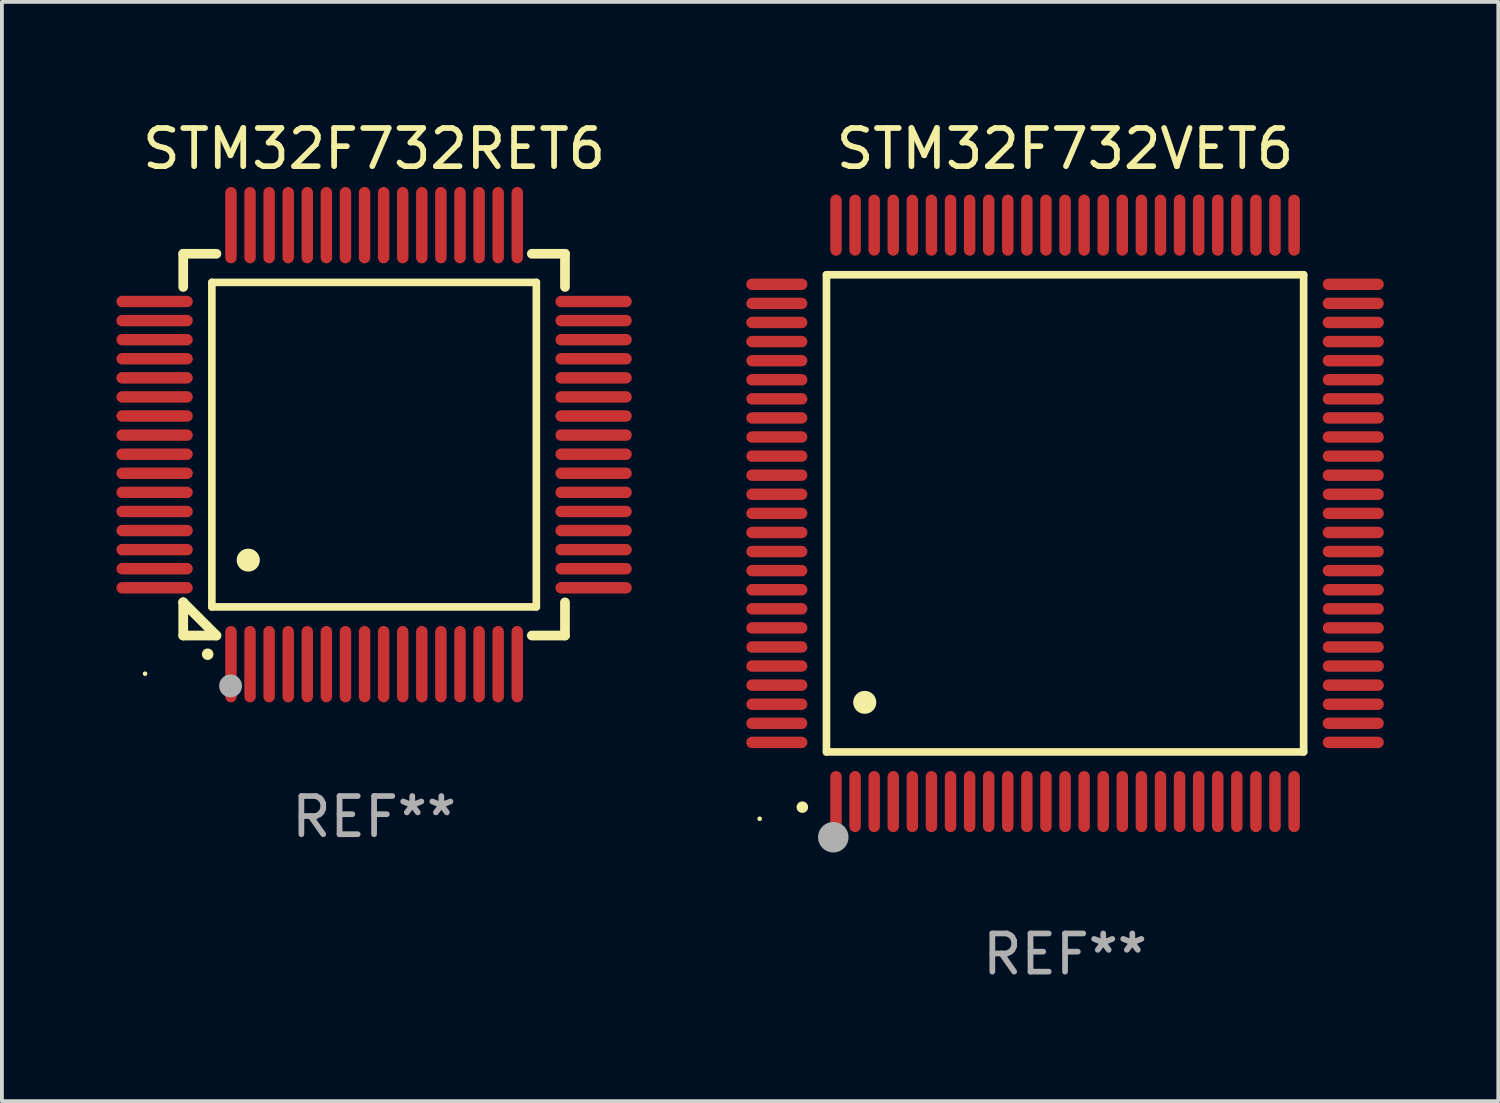
<source format=kicad_pcb>
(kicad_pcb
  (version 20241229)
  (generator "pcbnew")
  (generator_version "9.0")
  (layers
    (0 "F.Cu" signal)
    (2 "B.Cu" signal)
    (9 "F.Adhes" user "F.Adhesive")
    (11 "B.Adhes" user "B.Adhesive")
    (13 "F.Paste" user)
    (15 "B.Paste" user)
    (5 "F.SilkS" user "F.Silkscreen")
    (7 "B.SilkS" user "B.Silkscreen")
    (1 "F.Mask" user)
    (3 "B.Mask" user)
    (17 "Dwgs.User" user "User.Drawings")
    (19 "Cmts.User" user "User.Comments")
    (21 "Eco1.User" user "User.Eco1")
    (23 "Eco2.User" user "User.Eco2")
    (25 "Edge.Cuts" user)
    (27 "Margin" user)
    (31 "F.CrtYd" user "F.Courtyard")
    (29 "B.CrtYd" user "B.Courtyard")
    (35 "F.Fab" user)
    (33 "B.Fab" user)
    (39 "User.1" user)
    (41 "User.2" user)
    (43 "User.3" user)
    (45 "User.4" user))
  (footprint "STM32F732RET6"
    (layer "F.Cu")
    (at 6.75 8.598)
    (property "Reference" "STM32F732RET6" (at 0 -7.75 0) (layer "F.SilkS") (effects (font (size 1 1) (thickness 0.15))))
    (attr through_hole)
    (fp_line (start -5 -5) (end -4.131 -5) (stroke (width 0.254) (type solid)) (layer "F.SilkS"))
    (fp_line (start -5 -4.131) (end -5 -5) (stroke (width 0.254) (type solid)) (layer "F.SilkS"))
    (fp_line (start -5 4.131) (end -5 4.131) (stroke (width 0.254) (type solid)) (layer "F.SilkS"))
    (fp_line (start -5 5) (end -5 4.131) (stroke (width 0.254) (type solid)) (layer "F.SilkS"))
    (fp_line (start -5 4.131) (end -4.131 5) (stroke (width 0.254) (type solid)) (layer "F.SilkS"))
    (fp_line (start -4.25 -4.25) (end -4.25 4.25) (stroke (width 0.2) (type solid)) (layer "F.SilkS"))
    (fp_line (start -4.25 4.25) (end 4.25 4.25) (stroke (width 0.2) (type solid)) (layer "F.SilkS"))
    (fp_line (start -4.131 5) (end -5 5) (stroke (width 0.254) (type solid)) (layer "F.SilkS"))
    (fp_line (start 4.25 -4.25) (end -4.25 -4.25) (stroke (width 0.2) (type solid)) (layer "F.SilkS"))
    (fp_line (start 4.25 4.25) (end 4.25 -4.25) (stroke (width 0.2) (type solid)) (layer "F.SilkS"))
    (fp_line (start 5 -5) (end 4.131 -5) (stroke (width 0.254) (type solid)) (layer "F.SilkS"))
    (fp_line (start 5 -5) (end 5 -4.131) (stroke (width 0.254) (type solid)) (layer "F.SilkS"))
    (fp_line (start 5 4.131) (end 5 5) (stroke (width 0.254) (type solid)) (layer "F.SilkS"))
    (fp_line (start 5 5) (end 4.131 5) (stroke (width 0.254) (type solid)) (layer "F.SilkS"))
    (fp_arc (start -4.361265 5.489992) (mid -4.359995 5.489987) (end -4.358725 5.489992) (stroke (width 0.3) (type solid)) (layer "F.SilkS"))
    (fp_arc (start -3.299467 3.025146) (mid -3.296927 3.025135) (end -3.294387 3.025146) (stroke (width 0.6) (type solid)) (layer "F.SilkS"))
    (fp_circle (center -6 6) (end -5.97 6) (stroke (width 0.06) (type solid)) (fill no) (layer "F.SilkS"))
    (fp_circle (center -3.76 6.32) (end -3.61 6.32) (stroke (width 0.3) (type solid)) (fill no) (layer "F.Fab"))
    (fp_text user "REF**" (at 0 9.75 0) (layer "F.Fab") (effects (font (size 1 1) (thickness 0.15))))
    (pad "1" smd oval (at -3.75 5.75) (size 0.3 2) (layers "F.Cu" "F.Mask" "F.Paste"))
    (pad "2" smd oval (at -3.25 5.75) (size 0.3 2) (layers "F.Cu" "F.Mask" "F.Paste"))
    (pad "3" smd oval (at -2.75 5.75) (size 0.3 2) (layers "F.Cu" "F.Mask" "F.Paste"))
    (pad "4" smd oval (at -2.25 5.75) (size 0.3 2) (layers "F.Cu" "F.Mask" "F.Paste"))
    (pad "5" smd oval (at -1.75 5.75) (size 0.3 2) (layers "F.Cu" "F.Mask" "F.Paste"))
    (pad "6" smd oval (at -1.25 5.75) (size 0.3 2) (layers "F.Cu" "F.Mask" "F.Paste"))
    (pad "7" smd oval (at -0.75 5.75) (size 0.3 2) (layers "F.Cu" "F.Mask" "F.Paste"))
    (pad "8" smd oval (at -0.25 5.75) (size 0.3 2) (layers "F.Cu" "F.Mask" "F.Paste"))
    (pad "9" smd oval (at 0.25 5.75) (size 0.3 2) (layers "F.Cu" "F.Mask" "F.Paste"))
    (pad "10" smd oval (at 0.75 5.75) (size 0.3 2) (layers "F.Cu" "F.Mask" "F.Paste"))
    (pad "11" smd oval (at 1.25 5.75) (size 0.3 2) (layers "F.Cu" "F.Mask" "F.Paste"))
    (pad "12" smd oval (at 1.75 5.75) (size 0.3 2) (layers "F.Cu" "F.Mask" "F.Paste"))
    (pad "13" smd oval (at 2.25 5.75) (size 0.3 2) (layers "F.Cu" "F.Mask" "F.Paste"))
    (pad "14" smd oval (at 2.75 5.75) (size 0.3 2) (layers "F.Cu" "F.Mask" "F.Paste"))
    (pad "15" smd oval (at 3.25 5.75) (size 0.3 2) (layers "F.Cu" "F.Mask" "F.Paste"))
    (pad "16" smd oval (at 3.75 5.75) (size 0.3 2) (layers "F.Cu" "F.Mask" "F.Paste"))
    (pad "17" smd oval (at 5.75 3.75) (size 2 0.3) (layers "F.Cu" "F.Mask" "F.Paste"))
    (pad "18" smd oval (at 5.75 3.25) (size 2 0.3) (layers "F.Cu" "F.Mask" "F.Paste"))
    (pad "19" smd oval (at 5.75 2.75) (size 2 0.3) (layers "F.Cu" "F.Mask" "F.Paste"))
    (pad "20" smd oval (at 5.75 2.25) (size 2 0.3) (layers "F.Cu" "F.Mask" "F.Paste"))
    (pad "21" smd oval (at 5.75 1.75) (size 2 0.3) (layers "F.Cu" "F.Mask" "F.Paste"))
    (pad "22" smd oval (at 5.75 1.25) (size 2 0.3) (layers "F.Cu" "F.Mask" "F.Paste"))
    (pad "23" smd oval (at 5.75 0.75) (size 2 0.3) (layers "F.Cu" "F.Mask" "F.Paste"))
    (pad "24" smd oval (at 5.75 0.25) (size 2 0.3) (layers "F.Cu" "F.Mask" "F.Paste"))
    (pad "25" smd oval (at 5.75 -0.25) (size 2 0.3) (layers "F.Cu" "F.Mask" "F.Paste"))
    (pad "26" smd oval (at 5.75 -0.75) (size 2 0.3) (layers "F.Cu" "F.Mask" "F.Paste"))
    (pad "27" smd oval (at 5.75 -1.25) (size 2 0.3) (layers "F.Cu" "F.Mask" "F.Paste"))
    (pad "28" smd oval (at 5.75 -1.75) (size 2 0.3) (layers "F.Cu" "F.Mask" "F.Paste"))
    (pad "29" smd oval (at 5.75 -2.25) (size 2 0.3) (layers "F.Cu" "F.Mask" "F.Paste"))
    (pad "30" smd oval (at 5.75 -2.75) (size 2 0.3) (layers "F.Cu" "F.Mask" "F.Paste"))
    (pad "31" smd oval (at 5.75 -3.25) (size 2 0.3) (layers "F.Cu" "F.Mask" "F.Paste"))
    (pad "32" smd oval (at 5.75 -3.75) (size 2 0.3) (layers "F.Cu" "F.Mask" "F.Paste"))
    (pad "33" smd oval (at 3.75 -5.75) (size 0.3 2) (layers "F.Cu" "F.Mask" "F.Paste"))
    (pad "34" smd oval (at 3.25 -5.75) (size 0.3 2) (layers "F.Cu" "F.Mask" "F.Paste"))
    (pad "35" smd oval (at 2.75 -5.75) (size 0.3 2) (layers "F.Cu" "F.Mask" "F.Paste"))
    (pad "36" smd oval (at 2.25 -5.75) (size 0.3 2) (layers "F.Cu" "F.Mask" "F.Paste"))
    (pad "37" smd oval (at 1.75 -5.75) (size 0.3 2) (layers "F.Cu" "F.Mask" "F.Paste"))
    (pad "38" smd oval (at 1.25 -5.75) (size 0.3 2) (layers "F.Cu" "F.Mask" "F.Paste"))
    (pad "39" smd oval (at 0.75 -5.75) (size 0.3 2) (layers "F.Cu" "F.Mask" "F.Paste"))
    (pad "40" smd oval (at 0.25 -5.75) (size 0.3 2) (layers "F.Cu" "F.Mask" "F.Paste"))
    (pad "41" smd oval (at -0.25 -5.75) (size 0.3 2) (layers "F.Cu" "F.Mask" "F.Paste"))
    (pad "42" smd oval (at -0.75 -5.75) (size 0.3 2) (layers "F.Cu" "F.Mask" "F.Paste"))
    (pad "43" smd oval (at -1.25 -5.75) (size 0.3 2) (layers "F.Cu" "F.Mask" "F.Paste"))
    (pad "44" smd oval (at -1.75 -5.75) (size 0.3 2) (layers "F.Cu" "F.Mask" "F.Paste"))
    (pad "45" smd oval (at -2.25 -5.75) (size 0.3 2) (layers "F.Cu" "F.Mask" "F.Paste"))
    (pad "46" smd oval (at -2.75 -5.75) (size 0.3 2) (layers "F.Cu" "F.Mask" "F.Paste"))
    (pad "47" smd oval (at -3.25 -5.75) (size 0.3 2) (layers "F.Cu" "F.Mask" "F.Paste"))
    (pad "48" smd oval (at -3.75 -5.75) (size 0.3 2) (layers "F.Cu" "F.Mask" "F.Paste"))
    (pad "49" smd oval (at -5.75 -3.75) (size 2 0.3) (layers "F.Cu" "F.Mask" "F.Paste"))
    (pad "50" smd oval (at -5.75 -3.25) (size 2 0.3) (layers "F.Cu" "F.Mask" "F.Paste"))
    (pad "51" smd oval (at -5.75 -2.75) (size 2 0.3) (layers "F.Cu" "F.Mask" "F.Paste"))
    (pad "52" smd oval (at -5.75 -2.25) (size 2 0.3) (layers "F.Cu" "F.Mask" "F.Paste"))
    (pad "53" smd oval (at -5.75 -1.75) (size 2 0.3) (layers "F.Cu" "F.Mask" "F.Paste"))
    (pad "54" smd oval (at -5.75 -1.25) (size 2 0.3) (layers "F.Cu" "F.Mask" "F.Paste"))
    (pad "55" smd oval (at -5.75 -0.75) (size 2 0.3) (layers "F.Cu" "F.Mask" "F.Paste"))
    (pad "56" smd oval (at -5.75 -0.25) (size 2 0.3) (layers "F.Cu" "F.Mask" "F.Paste"))
    (pad "57" smd oval (at -5.75 0.25) (size 2 0.3) (layers "F.Cu" "F.Mask" "F.Paste"))
    (pad "58" smd oval (at -5.75 0.75) (size 2 0.3) (layers "F.Cu" "F.Mask" "F.Paste"))
    (pad "59" smd oval (at -5.75 1.25) (size 2 0.3) (layers "F.Cu" "F.Mask" "F.Paste"))
    (pad "60" smd oval (at -5.75 1.75) (size 2 0.3) (layers "F.Cu" "F.Mask" "F.Paste"))
    (pad "61" smd oval (at -5.75 2.25) (size 2 0.3) (layers "F.Cu" "F.Mask" "F.Paste"))
    (pad "62" smd oval (at -5.75 2.75) (size 2 0.3) (layers "F.Cu" "F.Mask" "F.Paste"))
    (pad "63" smd oval (at -5.75 3.25) (size 2 0.3) (layers "F.Cu" "F.Mask" "F.Paste"))
    (pad "64" smd oval (at -5.75 3.75) (size 2 0.3) (layers "F.Cu" "F.Mask" "F.Paste")))
  (footprint "STM32F732VET6"
    (layer "F.Cu")
    (at 24.85 10.398)
    (property "Reference" "STM32F732VET6" (at 0 -9.55 0) (layer "F.SilkS") (effects (font (size 1 1) (thickness 0.15))))
    (attr through_hole)
    (fp_line (start -6.25 -6.25) (end -6.25 6.25) (stroke (width 0.2) (type solid)) (layer "F.SilkS"))
    (fp_line (start -6.25 6.25) (end 6.25 6.25) (stroke (width 0.2) (type solid)) (layer "F.SilkS"))
    (fp_line (start 6.25 -6.25) (end -6.25 -6.25) (stroke (width 0.2) (type solid)) (layer "F.SilkS"))
    (fp_line (start 6.25 6.25) (end 6.25 -6.25) (stroke (width 0.2) (type solid)) (layer "F.SilkS"))
    (fp_arc (start -6.883414 7.696215) (mid -6.882144 7.69621) (end -6.880874 7.696215) (stroke (width 0.3) (type solid)) (layer "F.SilkS"))
    (fp_arc (start -5.250191 4.95047) (mid -5.247651 4.950459) (end -5.245111 4.95047) (stroke (width 0.6) (type solid)) (layer "F.SilkS"))
    (fp_circle (center -8 8) (end -7.97 8) (stroke (width 0.06) (type solid)) (fill no) (layer "F.SilkS"))
    (fp_circle (center -6.071 8.484) (end -5.871 8.484) (stroke (width 0.4) (type solid)) (fill no) (layer "F.Fab"))
    (fp_text user "REF**" (at 0 11.55 0) (layer "F.Fab") (effects (font (size 1 1) (thickness 0.15))))
    (pad "1" smd oval (at -6 7.55) (size 0.3 1.6) (layers "F.Cu" "F.Mask" "F.Paste"))
    (pad "2" smd oval (at -5.5 7.55) (size 0.3 1.6) (layers "F.Cu" "F.Mask" "F.Paste"))
    (pad "3" smd oval (at -5 7.55) (size 0.3 1.6) (layers "F.Cu" "F.Mask" "F.Paste"))
    (pad "4" smd oval (at -4.5 7.55) (size 0.3 1.6) (layers "F.Cu" "F.Mask" "F.Paste"))
    (pad "5" smd oval (at -4 7.55) (size 0.3 1.6) (layers "F.Cu" "F.Mask" "F.Paste"))
    (pad "6" smd oval (at -3.5 7.55) (size 0.3 1.6) (layers "F.Cu" "F.Mask" "F.Paste"))
    (pad "7" smd oval (at -3 7.55) (size 0.3 1.6) (layers "F.Cu" "F.Mask" "F.Paste"))
    (pad "8" smd oval (at -2.5 7.55) (size 0.3 1.6) (layers "F.Cu" "F.Mask" "F.Paste"))
    (pad "9" smd oval (at -2 7.55) (size 0.3 1.6) (layers "F.Cu" "F.Mask" "F.Paste"))
    (pad "10" smd oval (at -1.5 7.55) (size 0.3 1.6) (layers "F.Cu" "F.Mask" "F.Paste"))
    (pad "11" smd oval (at -1 7.55) (size 0.3 1.6) (layers "F.Cu" "F.Mask" "F.Paste"))
    (pad "12" smd oval (at -0.5 7.55) (size 0.3 1.6) (layers "F.Cu" "F.Mask" "F.Paste"))
    (pad "13" smd oval (at 0 7.55) (size 0.3 1.6) (layers "F.Cu" "F.Mask" "F.Paste"))
    (pad "14" smd oval (at 0.5 7.55) (size 0.3 1.6) (layers "F.Cu" "F.Mask" "F.Paste"))
    (pad "15" smd oval (at 1 7.55) (size 0.3 1.6) (layers "F.Cu" "F.Mask" "F.Paste"))
    (pad "16" smd oval (at 1.5 7.55) (size 0.3 1.6) (layers "F.Cu" "F.Mask" "F.Paste"))
    (pad "17" smd oval (at 2 7.55) (size 0.3 1.6) (layers "F.Cu" "F.Mask" "F.Paste"))
    (pad "18" smd oval (at 2.5 7.55) (size 0.3 1.6) (layers "F.Cu" "F.Mask" "F.Paste"))
    (pad "19" smd oval (at 3 7.55) (size 0.3 1.6) (layers "F.Cu" "F.Mask" "F.Paste"))
    (pad "20" smd oval (at 3.5 7.55) (size 0.3 1.6) (layers "F.Cu" "F.Mask" "F.Paste"))
    (pad "21" smd oval (at 4 7.55) (size 0.3 1.6) (layers "F.Cu" "F.Mask" "F.Paste"))
    (pad "22" smd oval (at 4.5 7.55) (size 0.3 1.6) (layers "F.Cu" "F.Mask" "F.Paste"))
    (pad "23" smd oval (at 5 7.55) (size 0.3 1.6) (layers "F.Cu" "F.Mask" "F.Paste"))
    (pad "24" smd oval (at 5.5 7.55) (size 0.3 1.6) (layers "F.Cu" "F.Mask" "F.Paste"))
    (pad "25" smd oval (at 6 7.55) (size 0.3 1.6) (layers "F.Cu" "F.Mask" "F.Paste"))
    (pad "26" smd oval (at 7.55 6) (size 1.6 0.3) (layers "F.Cu" "F.Mask" "F.Paste"))
    (pad "27" smd oval (at 7.55 5.5) (size 1.6 0.3) (layers "F.Cu" "F.Mask" "F.Paste"))
    (pad "28" smd oval (at 7.55 5) (size 1.6 0.3) (layers "F.Cu" "F.Mask" "F.Paste"))
    (pad "29" smd oval (at 7.55 4.5) (size 1.6 0.3) (layers "F.Cu" "F.Mask" "F.Paste"))
    (pad "30" smd oval (at 7.55 4) (size 1.6 0.3) (layers "F.Cu" "F.Mask" "F.Paste"))
    (pad "31" smd oval (at 7.55 3.5) (size 1.6 0.3) (layers "F.Cu" "F.Mask" "F.Paste"))
    (pad "32" smd oval (at 7.55 3) (size 1.6 0.3) (layers "F.Cu" "F.Mask" "F.Paste"))
    (pad "33" smd oval (at 7.55 2.5) (size 1.6 0.3) (layers "F.Cu" "F.Mask" "F.Paste"))
    (pad "34" smd oval (at 7.55 2) (size 1.6 0.3) (layers "F.Cu" "F.Mask" "F.Paste"))
    (pad "35" smd oval (at 7.55 1.5) (size 1.6 0.3) (layers "F.Cu" "F.Mask" "F.Paste"))
    (pad "36" smd oval (at 7.55 1) (size 1.6 0.3) (layers "F.Cu" "F.Mask" "F.Paste"))
    (pad "37" smd oval (at 7.55 0.5) (size 1.6 0.3) (layers "F.Cu" "F.Mask" "F.Paste"))
    (pad "38" smd oval (at 7.55 0) (size 1.6 0.3) (layers "F.Cu" "F.Mask" "F.Paste"))
    (pad "39" smd oval (at 7.55 -0.5) (size 1.6 0.3) (layers "F.Cu" "F.Mask" "F.Paste"))
    (pad "40" smd oval (at 7.55 -1) (size 1.6 0.3) (layers "F.Cu" "F.Mask" "F.Paste"))
    (pad "41" smd oval (at 7.55 -1.5) (size 1.6 0.3) (layers "F.Cu" "F.Mask" "F.Paste"))
    (pad "42" smd oval (at 7.55 -2) (size 1.6 0.3) (layers "F.Cu" "F.Mask" "F.Paste"))
    (pad "43" smd oval (at 7.55 -2.5) (size 1.6 0.3) (layers "F.Cu" "F.Mask" "F.Paste"))
    (pad "44" smd oval (at 7.55 -3) (size 1.6 0.3) (layers "F.Cu" "F.Mask" "F.Paste"))
    (pad "45" smd oval (at 7.55 -3.5) (size 1.6 0.3) (layers "F.Cu" "F.Mask" "F.Paste"))
    (pad "46" smd oval (at 7.55 -4) (size 1.6 0.3) (layers "F.Cu" "F.Mask" "F.Paste"))
    (pad "47" smd oval (at 7.55 -4.5) (size 1.6 0.3) (layers "F.Cu" "F.Mask" "F.Paste"))
    (pad "48" smd oval (at 7.55 -5) (size 1.6 0.3) (layers "F.Cu" "F.Mask" "F.Paste"))
    (pad "49" smd oval (at 7.55 -5.5) (size 1.6 0.3) (layers "F.Cu" "F.Mask" "F.Paste"))
    (pad "50" smd oval (at 7.55 -6) (size 1.6 0.3) (layers "F.Cu" "F.Mask" "F.Paste"))
    (pad "51" smd oval (at 6 -7.55) (size 0.3 1.6) (layers "F.Cu" "F.Mask" "F.Paste"))
    (pad "52" smd oval (at 5.5 -7.55) (size 0.3 1.6) (layers "F.Cu" "F.Mask" "F.Paste"))
    (pad "53" smd oval (at 5 -7.55) (size 0.3 1.6) (layers "F.Cu" "F.Mask" "F.Paste"))
    (pad "54" smd oval (at 4.5 -7.55) (size 0.3 1.6) (layers "F.Cu" "F.Mask" "F.Paste"))
    (pad "55" smd oval (at 4 -7.55) (size 0.3 1.6) (layers "F.Cu" "F.Mask" "F.Paste"))
    (pad "56" smd oval (at 3.5 -7.55) (size 0.3 1.6) (layers "F.Cu" "F.Mask" "F.Paste"))
    (pad "57" smd oval (at 3 -7.55) (size 0.3 1.6) (layers "F.Cu" "F.Mask" "F.Paste"))
    (pad "58" smd oval (at 2.5 -7.55) (size 0.3 1.6) (layers "F.Cu" "F.Mask" "F.Paste"))
    (pad "59" smd oval (at 2 -7.55) (size 0.3 1.6) (layers "F.Cu" "F.Mask" "F.Paste"))
    (pad "60" smd oval (at 1.5 -7.55) (size 0.3 1.6) (layers "F.Cu" "F.Mask" "F.Paste"))
    (pad "61" smd oval (at 1 -7.55) (size 0.3 1.6) (layers "F.Cu" "F.Mask" "F.Paste"))
    (pad "62" smd oval (at 0.5 -7.55) (size 0.3 1.6) (layers "F.Cu" "F.Mask" "F.Paste"))
    (pad "63" smd oval (at 0 -7.55) (size 0.3 1.6) (layers "F.Cu" "F.Mask" "F.Paste"))
    (pad "64" smd oval (at -0.5 -7.55) (size 0.3 1.6) (layers "F.Cu" "F.Mask" "F.Paste"))
    (pad "65" smd oval (at -1 -7.55) (size 0.3 1.6) (layers "F.Cu" "F.Mask" "F.Paste"))
    (pad "66" smd oval (at -1.5 -7.55) (size 0.3 1.6) (layers "F.Cu" "F.Mask" "F.Paste"))
    (pad "67" smd oval (at -2 -7.55) (size 0.3 1.6) (layers "F.Cu" "F.Mask" "F.Paste"))
    (pad "68" smd oval (at -2.5 -7.55) (size 0.3 1.6) (layers "F.Cu" "F.Mask" "F.Paste"))
    (pad "69" smd oval (at -3 -7.55) (size 0.3 1.6) (layers "F.Cu" "F.Mask" "F.Paste"))
    (pad "70" smd oval (at -3.5 -7.55) (size 0.3 1.6) (layers "F.Cu" "F.Mask" "F.Paste"))
    (pad "71" smd oval (at -4 -7.55) (size 0.3 1.6) (layers "F.Cu" "F.Mask" "F.Paste"))
    (pad "72" smd oval (at -4.5 -7.55) (size 0.3 1.6) (layers "F.Cu" "F.Mask" "F.Paste"))
    (pad "73" smd oval (at -5 -7.55) (size 0.3 1.6) (layers "F.Cu" "F.Mask" "F.Paste"))
    (pad "74" smd oval (at -5.5 -7.55) (size 0.3 1.6) (layers "F.Cu" "F.Mask" "F.Paste"))
    (pad "75" smd oval (at -6 -7.55) (size 0.3 1.6) (layers "F.Cu" "F.Mask" "F.Paste"))
    (pad "76" smd oval (at -7.55 -6) (size 1.6 0.3) (layers "F.Cu" "F.Mask" "F.Paste"))
    (pad "77" smd oval (at -7.55 -5.5) (size 1.6 0.3) (layers "F.Cu" "F.Mask" "F.Paste"))
    (pad "78" smd oval (at -7.55 -5) (size 1.6 0.3) (layers "F.Cu" "F.Mask" "F.Paste"))
    (pad "79" smd oval (at -7.55 -4.5) (size 1.6 0.3) (layers "F.Cu" "F.Mask" "F.Paste"))
    (pad "80" smd oval (at -7.55 -4) (size 1.6 0.3) (layers "F.Cu" "F.Mask" "F.Paste"))
    (pad "81" smd oval (at -7.55 -3.5) (size 1.6 0.3) (layers "F.Cu" "F.Mask" "F.Paste"))
    (pad "82" smd oval (at -7.55 -3) (size 1.6 0.3) (layers "F.Cu" "F.Mask" "F.Paste"))
    (pad "83" smd oval (at -7.55 -2.5) (size 1.6 0.3) (layers "F.Cu" "F.Mask" "F.Paste"))
    (pad "84" smd oval (at -7.55 -2) (size 1.6 0.3) (layers "F.Cu" "F.Mask" "F.Paste"))
    (pad "85" smd oval (at -7.55 -1.5) (size 1.6 0.3) (layers "F.Cu" "F.Mask" "F.Paste"))
    (pad "86" smd oval (at -7.55 -1) (size 1.6 0.3) (layers "F.Cu" "F.Mask" "F.Paste"))
    (pad "87" smd oval (at -7.55 -0.5) (size 1.6 0.3) (layers "F.Cu" "F.Mask" "F.Paste"))
    (pad "88" smd oval (at -7.55 0) (size 1.6 0.3) (layers "F.Cu" "F.Mask" "F.Paste"))
    (pad "89" smd oval (at -7.55 0.5) (size 1.6 0.3) (layers "F.Cu" "F.Mask" "F.Paste"))
    (pad "90" smd oval (at -7.55 1) (size 1.6 0.3) (layers "F.Cu" "F.Mask" "F.Paste"))
    (pad "91" smd oval (at -7.55 1.5) (size 1.6 0.3) (layers "F.Cu" "F.Mask" "F.Paste"))
    (pad "92" smd oval (at -7.55 2) (size 1.6 0.3) (layers "F.Cu" "F.Mask" "F.Paste"))
    (pad "93" smd oval (at -7.55 2.5) (size 1.6 0.3) (layers "F.Cu" "F.Mask" "F.Paste"))
    (pad "94" smd oval (at -7.55 3) (size 1.6 0.3) (layers "F.Cu" "F.Mask" "F.Paste"))
    (pad "95" smd oval (at -7.55 3.5) (size 1.6 0.3) (layers "F.Cu" "F.Mask" "F.Paste"))
    (pad "96" smd oval (at -7.55 4) (size 1.6 0.3) (layers "F.Cu" "F.Mask" "F.Paste"))
    (pad "97" smd oval (at -7.55 4.5) (size 1.6 0.3) (layers "F.Cu" "F.Mask" "F.Paste"))
    (pad "98" smd oval (at -7.55 5) (size 1.6 0.3) (layers "F.Cu" "F.Mask" "F.Paste"))
    (pad "99" smd oval (at -7.55 5.5) (size 1.6 0.3) (layers "F.Cu" "F.Mask" "F.Paste"))
    (pad "100" smd oval (at -7.55 6) (size 1.6 0.3) (layers "F.Cu" "F.Mask" "F.Paste")))
  (gr_rect
    (start -3 -3)
    (end 36.199 25.796)
    (stroke (width 0.1) (type default))
    (fill no)
    (layer "Edge.Cuts")))
</source>
